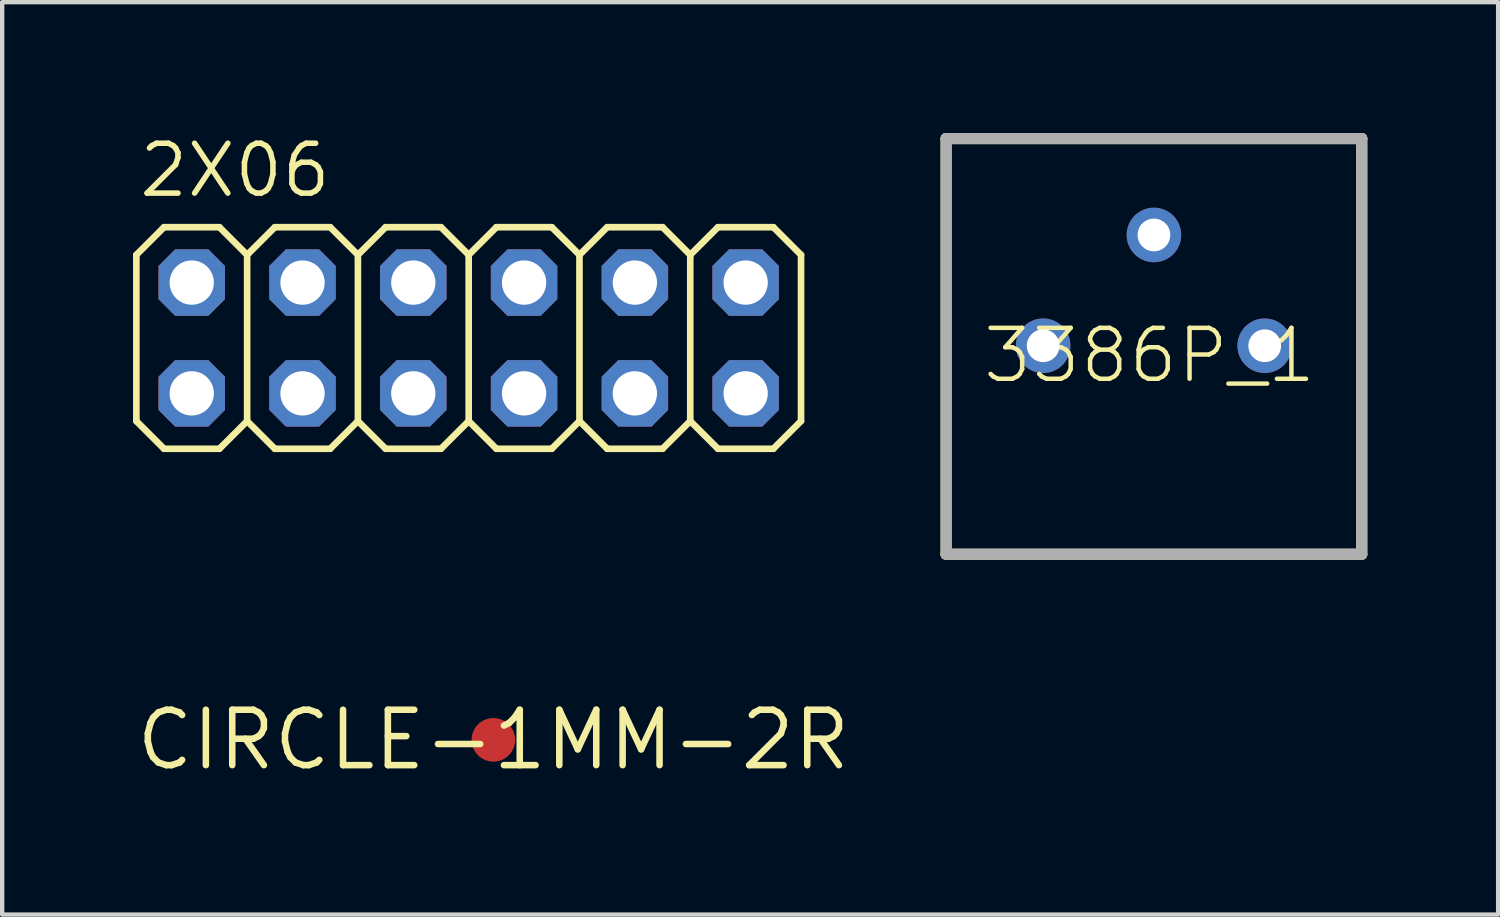
<source format=kicad_pcb>
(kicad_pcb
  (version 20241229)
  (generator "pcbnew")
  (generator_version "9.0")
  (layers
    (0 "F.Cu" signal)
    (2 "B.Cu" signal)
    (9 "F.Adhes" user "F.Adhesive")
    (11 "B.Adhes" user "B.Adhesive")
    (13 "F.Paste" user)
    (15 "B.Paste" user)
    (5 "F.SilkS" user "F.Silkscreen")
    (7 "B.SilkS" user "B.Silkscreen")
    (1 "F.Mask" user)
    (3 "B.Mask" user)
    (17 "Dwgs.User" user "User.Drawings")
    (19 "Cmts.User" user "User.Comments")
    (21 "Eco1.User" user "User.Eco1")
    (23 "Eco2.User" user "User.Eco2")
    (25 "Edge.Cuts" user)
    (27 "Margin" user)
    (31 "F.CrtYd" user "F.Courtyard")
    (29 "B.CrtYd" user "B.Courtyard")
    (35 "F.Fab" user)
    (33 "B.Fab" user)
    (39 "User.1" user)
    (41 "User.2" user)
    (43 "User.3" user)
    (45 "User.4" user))
  (footprint "CIRCLE-1MM-2R"
    (layer "F.Cu")
    (at 8.262 13.913)
    (property "Reference" "CIRCLE-1MM-2R" (at 0 0 0) (layer "F.SilkS") (effects (font (size 1.27 1.27) (thickness 0.15))))
    (fp_circle (center 0 0) (end 0.25 0) (stroke (width 0.5) (type solid)) (fill yes) (layer "F.Cu"))
    (fp_circle (center 0 0) (end 0.5 0) (stroke (width 1) (type solid)) (fill yes) (layer "F.Mask"))
    (zone (net_name "") (layer "F.Cu") (hatch edge 0.508) (connect_pads) (min_thickness 0.254) (filled_areas_thickness no) (keepout (tracks not_allowed) (vias not_allowed) (pads not_allowed) (copperpour not_allowed) (footprints allowed)) (placement (enabled no)) (fill) (polygon (pts (xy 9.262 13.913) (xy 9.247 13.74) (xy 9.202 13.571) (xy 9.128 13.413) (xy 9.028 13.27) (xy 8.905 13.147) (xy 8.762 13.047) (xy 8.604 12.974) (xy 8.436 12.928) (xy 8.262 12.913) (xy 8.089 12.928) (xy 7.92 12.974) (xy 7.762 13.047) (xy 7.619 13.147) (xy 7.496 13.27) (xy 7.396 13.413) (xy 7.323 13.571) (xy 7.277 13.74) (xy 7.262 13.913) (xy 7.277 14.087) (xy 7.323 14.255) (xy 7.396 14.413) (xy 7.496 14.556) (xy 7.619 14.679) (xy 7.762 14.779) (xy 7.92 14.853) (xy 8.089 14.898) (xy 8.262 14.913) (xy 8.436 14.898) (xy 8.604 14.853) (xy 8.762 14.779) (xy 8.905 14.679) (xy 9.028 14.556) (xy 9.128 14.413) (xy 9.202 14.255) (xy 9.247 14.087)))))
  (footprint "3386P_1"
    (layer "F.Cu")
    (at 18.642 9.657)
    (property "Reference" "3386P_1" (at 4.664 -4.558 0) (layer "F.SilkS") (effects (font (size 1.168 1.168) (thickness 0.102))))
    (fp_line (start 0 -9.53) (end 9.53 -9.53) (stroke (width 0.254) (type solid)) (layer "F.SilkS"))
    (fp_line (start 0 0) (end 0 -9.53) (stroke (width 0.254) (type solid)) (layer "F.SilkS"))
    (fp_line (start 9.53 -9.53) (end 9.53 0) (stroke (width 0.254) (type solid)) (layer "F.SilkS"))
    (fp_line (start 9.53 0) (end 0 0) (stroke (width 0.254) (type solid)) (layer "F.SilkS"))
    (fp_line (start 0 -9.53) (end 9.53 -9.53) (stroke (width 0.254) (type solid)) (layer "F.Fab"))
    (fp_line (start 0 0) (end 0 -9.53) (stroke (width 0.254) (type solid)) (layer "F.Fab"))
    (fp_line (start 9.53 -9.53) (end 9.53 0) (stroke (width 0.254) (type solid)) (layer "F.Fab"))
    (fp_line (start 9.53 0) (end 0 0) (stroke (width 0.254) (type solid)) (layer "F.Fab"))
    (pad "1" thru_hole circle (at 7.305 -4.78) (size 1.25 1.25) (drill 0.75) (layers "*.Cu" "*.Mask"))
    (pad "2" thru_hole circle (at 4.765 -7.32) (size 1.25 1.25) (drill 0.75) (layers "*.Cu" "*.Mask"))
    (pad "3" thru_hole circle (at 2.225 -4.78) (size 1.25 1.25) (drill 0.75) (layers "*.Cu" "*.Mask")))
  (footprint "2X06"
    (layer "F.Cu")
    (at 7.696 4.699)
    (property "Reference" "2X06" (at -7.62 -3.175 0) (layer "F.SilkS") (effects (font (size 1.143 1.143) (thickness 0.127)) (justify left bottom)))
    (fp_line (start -7.62 -1.905) (end -6.985 -2.54) (stroke (width 0.152) (type solid)) (layer "F.SilkS"))
    (fp_line (start -7.62 1.905) (end -7.62 -1.905) (stroke (width 0.152) (type solid)) (layer "F.SilkS"))
    (fp_line (start -7.62 1.905) (end -6.985 2.54) (stroke (width 0.152) (type solid)) (layer "F.SilkS"))
    (fp_line (start -6.985 -2.54) (end -5.715 -2.54) (stroke (width 0.152) (type solid)) (layer "F.SilkS"))
    (fp_line (start -6.985 2.54) (end -5.715 2.54) (stroke (width 0.152) (type solid)) (layer "F.SilkS"))
    (fp_line (start -5.715 -2.54) (end -5.08 -1.905) (stroke (width 0.152) (type solid)) (layer "F.SilkS"))
    (fp_line (start -5.715 2.54) (end -5.08 1.905) (stroke (width 0.152) (type solid)) (layer "F.SilkS"))
    (fp_line (start -5.08 -1.905) (end -5.08 1.905) (stroke (width 0.152) (type solid)) (layer "F.SilkS"))
    (fp_line (start -5.08 -1.905) (end -4.445 -2.54) (stroke (width 0.152) (type solid)) (layer "F.SilkS"))
    (fp_line (start -5.08 1.905) (end -4.445 2.54) (stroke (width 0.152) (type solid)) (layer "F.SilkS"))
    (fp_line (start -4.445 -2.54) (end -3.175 -2.54) (stroke (width 0.152) (type solid)) (layer "F.SilkS"))
    (fp_line (start -4.445 2.54) (end -3.175 2.54) (stroke (width 0.152) (type solid)) (layer "F.SilkS"))
    (fp_line (start -3.175 -2.54) (end -2.54 -1.905) (stroke (width 0.152) (type solid)) (layer "F.SilkS"))
    (fp_line (start -3.175 2.54) (end -2.54 1.905) (stroke (width 0.152) (type solid)) (layer "F.SilkS"))
    (fp_line (start -2.54 -1.905) (end -2.54 1.905) (stroke (width 0.152) (type solid)) (layer "F.SilkS"))
    (fp_line (start -2.54 -1.905) (end -1.905 -2.54) (stroke (width 0.152) (type solid)) (layer "F.SilkS"))
    (fp_line (start -2.54 1.905) (end -1.905 2.54) (stroke (width 0.152) (type solid)) (layer "F.SilkS"))
    (fp_line (start -1.905 -2.54) (end -0.635 -2.54) (stroke (width 0.152) (type solid)) (layer "F.SilkS"))
    (fp_line (start -1.905 2.54) (end -0.635 2.54) (stroke (width 0.152) (type solid)) (layer "F.SilkS"))
    (fp_line (start -0.635 -2.54) (end 0 -1.905) (stroke (width 0.152) (type solid)) (layer "F.SilkS"))
    (fp_line (start -0.635 2.54) (end 0 1.905) (stroke (width 0.152) (type solid)) (layer "F.SilkS"))
    (fp_line (start 0 -1.905) (end 0 1.905) (stroke (width 0.152) (type solid)) (layer "F.SilkS"))
    (fp_line (start 0 -1.905) (end 0.635 -2.54) (stroke (width 0.152) (type solid)) (layer "F.SilkS"))
    (fp_line (start 0 1.905) (end 0.635 2.54) (stroke (width 0.152) (type solid)) (layer "F.SilkS"))
    (fp_line (start 0.635 -2.54) (end 1.905 -2.54) (stroke (width 0.152) (type solid)) (layer "F.SilkS"))
    (fp_line (start 0.635 2.54) (end 1.905 2.54) (stroke (width 0.152) (type solid)) (layer "F.SilkS"))
    (fp_line (start 1.905 -2.54) (end 2.54 -1.905) (stroke (width 0.152) (type solid)) (layer "F.SilkS"))
    (fp_line (start 1.905 2.54) (end 2.54 1.905) (stroke (width 0.152) (type solid)) (layer "F.SilkS"))
    (fp_line (start 2.54 -1.905) (end 2.54 1.905) (stroke (width 0.152) (type solid)) (layer "F.SilkS"))
    (fp_line (start 2.54 -1.905) (end 3.175 -2.54) (stroke (width 0.152) (type solid)) (layer "F.SilkS"))
    (fp_line (start 2.54 1.905) (end 3.175 2.54) (stroke (width 0.152) (type solid)) (layer "F.SilkS"))
    (fp_line (start 3.175 -2.54) (end 4.445 -2.54) (stroke (width 0.152) (type solid)) (layer "F.SilkS"))
    (fp_line (start 3.175 2.54) (end 4.445 2.54) (stroke (width 0.152) (type solid)) (layer "F.SilkS"))
    (fp_line (start 4.445 -2.54) (end 5.08 -1.905) (stroke (width 0.152) (type solid)) (layer "F.SilkS"))
    (fp_line (start 4.445 2.54) (end 5.08 1.905) (stroke (width 0.152) (type solid)) (layer "F.SilkS"))
    (fp_line (start 5.08 -1.905) (end 5.08 1.905) (stroke (width 0.152) (type solid)) (layer "F.SilkS"))
    (fp_line (start 5.08 -1.905) (end 5.715 -2.54) (stroke (width 0.152) (type solid)) (layer "F.SilkS"))
    (fp_line (start 5.08 1.905) (end 5.715 2.54) (stroke (width 0.152) (type solid)) (layer "F.SilkS"))
    (fp_line (start 5.715 -2.54) (end 6.985 -2.54) (stroke (width 0.152) (type solid)) (layer "F.SilkS"))
    (fp_line (start 5.715 2.54) (end 6.985 2.54) (stroke (width 0.152) (type solid)) (layer "F.SilkS"))
    (fp_line (start 6.985 -2.54) (end 7.62 -1.905) (stroke (width 0.152) (type solid)) (layer "F.SilkS"))
    (fp_line (start 6.985 2.54) (end 7.62 1.905) (stroke (width 0.152) (type solid)) (layer "F.SilkS"))
    (fp_line (start 7.62 -1.905) (end 7.62 1.905) (stroke (width 0.152) (type solid)) (layer "F.SilkS"))
    (fp_poly (pts (xy -6.604 -1.016) (xy -6.096 -1.016) (xy -6.096 -1.524) (xy -6.604 -1.524)) (stroke (width 0.1) (type solid)) (fill no) (layer "F.Fab"))
    (fp_poly (pts (xy -6.604 1.524) (xy -6.096 1.524) (xy -6.096 1.016) (xy -6.604 1.016)) (stroke (width 0.1) (type solid)) (fill no) (layer "F.Fab"))
    (fp_poly (pts (xy -4.064 -1.016) (xy -3.556 -1.016) (xy -3.556 -1.524) (xy -4.064 -1.524)) (stroke (width 0.1) (type solid)) (fill no) (layer "F.Fab"))
    (fp_poly (pts (xy -4.064 1.524) (xy -3.556 1.524) (xy -3.556 1.016) (xy -4.064 1.016)) (stroke (width 0.1) (type solid)) (fill no) (layer "F.Fab"))
    (fp_poly (pts (xy -1.524 -1.016) (xy -1.016 -1.016) (xy -1.016 -1.524) (xy -1.524 -1.524)) (stroke (width 0.1) (type solid)) (fill no) (layer "F.Fab"))
    (fp_poly (pts (xy -1.524 1.524) (xy -1.016 1.524) (xy -1.016 1.016) (xy -1.524 1.016)) (stroke (width 0.1) (type solid)) (fill no) (layer "F.Fab"))
    (fp_poly (pts (xy 1.016 -1.016) (xy 1.524 -1.016) (xy 1.524 -1.524) (xy 1.016 -1.524)) (stroke (width 0.1) (type solid)) (fill no) (layer "F.Fab"))
    (fp_poly (pts (xy 1.016 1.524) (xy 1.524 1.524) (xy 1.524 1.016) (xy 1.016 1.016)) (stroke (width 0.1) (type solid)) (fill no) (layer "F.Fab"))
    (fp_poly (pts (xy 3.556 -1.016) (xy 4.064 -1.016) (xy 4.064 -1.524) (xy 3.556 -1.524)) (stroke (width 0.1) (type solid)) (fill no) (layer "F.Fab"))
    (fp_poly (pts (xy 3.556 1.524) (xy 4.064 1.524) (xy 4.064 1.016) (xy 3.556 1.016)) (stroke (width 0.1) (type solid)) (fill no) (layer "F.Fab"))
    (fp_poly (pts (xy 6.096 -1.016) (xy 6.604 -1.016) (xy 6.604 -1.524) (xy 6.096 -1.524)) (stroke (width 0.1) (type solid)) (fill no) (layer "F.Fab"))
    (fp_poly (pts (xy 6.096 1.524) (xy 6.604 1.524) (xy 6.604 1.016) (xy 6.096 1.016)) (stroke (width 0.1) (type solid)) (fill no) (layer "F.Fab"))
    (pad "1" thru_hole roundrect (at -6.35 1.27) (size 1.524 1.524) (drill 1.016) (layers "*.Cu" "*.Mask") (roundrect_rratio 0.25) (chamfer_ratio 0.25) (chamfer top_left top_right bottom_left bottom_right))
    (pad "2" thru_hole roundrect (at -6.35 -1.27) (size 1.524 1.524) (drill 1.016) (layers "*.Cu" "*.Mask") (roundrect_rratio 0.25) (chamfer_ratio 0.25) (chamfer top_left top_right bottom_left bottom_right))
    (pad "3" thru_hole roundrect (at -3.81 1.27) (size 1.524 1.524) (drill 1.016) (layers "*.Cu" "*.Mask") (roundrect_rratio 0.25) (chamfer_ratio 0.25) (chamfer top_left top_right bottom_left bottom_right))
    (pad "4" thru_hole roundrect (at -3.81 -1.27) (size 1.524 1.524) (drill 1.016) (layers "*.Cu" "*.Mask") (roundrect_rratio 0.25) (chamfer_ratio 0.25) (chamfer top_left top_right bottom_left bottom_right))
    (pad "5" thru_hole roundrect (at -1.27 1.27) (size 1.524 1.524) (drill 1.016) (layers "*.Cu" "*.Mask") (roundrect_rratio 0.25) (chamfer_ratio 0.25) (chamfer top_left top_right bottom_left bottom_right))
    (pad "6" thru_hole roundrect (at -1.27 -1.27) (size 1.524 1.524) (drill 1.016) (layers "*.Cu" "*.Mask") (roundrect_rratio 0.25) (chamfer_ratio 0.25) (chamfer top_left top_right bottom_left bottom_right))
    (pad "7" thru_hole roundrect (at 1.27 1.27) (size 1.524 1.524) (drill 1.016) (layers "*.Cu" "*.Mask") (roundrect_rratio 0.25) (chamfer_ratio 0.25) (chamfer top_left top_right bottom_left bottom_right))
    (pad "8" thru_hole roundrect (at 1.27 -1.27) (size 1.524 1.524) (drill 1.016) (layers "*.Cu" "*.Mask") (roundrect_rratio 0.25) (chamfer_ratio 0.25) (chamfer top_left top_right bottom_left bottom_right))
    (pad "9" thru_hole roundrect (at 3.81 1.27) (size 1.524 1.524) (drill 1.016) (layers "*.Cu" "*.Mask") (roundrect_rratio 0.25) (chamfer_ratio 0.25) (chamfer top_left top_right bottom_left bottom_right))
    (pad "10" thru_hole roundrect (at 3.81 -1.27) (size 1.524 1.524) (drill 1.016) (layers "*.Cu" "*.Mask") (roundrect_rratio 0.25) (chamfer_ratio 0.25) (chamfer top_left top_right bottom_left bottom_right))
    (pad "11" thru_hole roundrect (at 6.35 1.27) (size 1.524 1.524) (drill 1.016) (layers "*.Cu" "*.Mask") (roundrect_rratio 0.25) (chamfer_ratio 0.25) (chamfer top_left top_right bottom_left bottom_right))
    (pad "12" thru_hole roundrect (at 6.35 -1.27) (size 1.524 1.524) (drill 1.016) (layers "*.Cu" "*.Mask") (roundrect_rratio 0.25) (chamfer_ratio 0.25) (chamfer top_left top_right bottom_left bottom_right)))
  (gr_rect
    (start -3 -3)
    (end 31.299 17.919)
    (stroke (width 0.1) (type default))
    (fill no)
    (layer "Edge.Cuts")))
</source>
